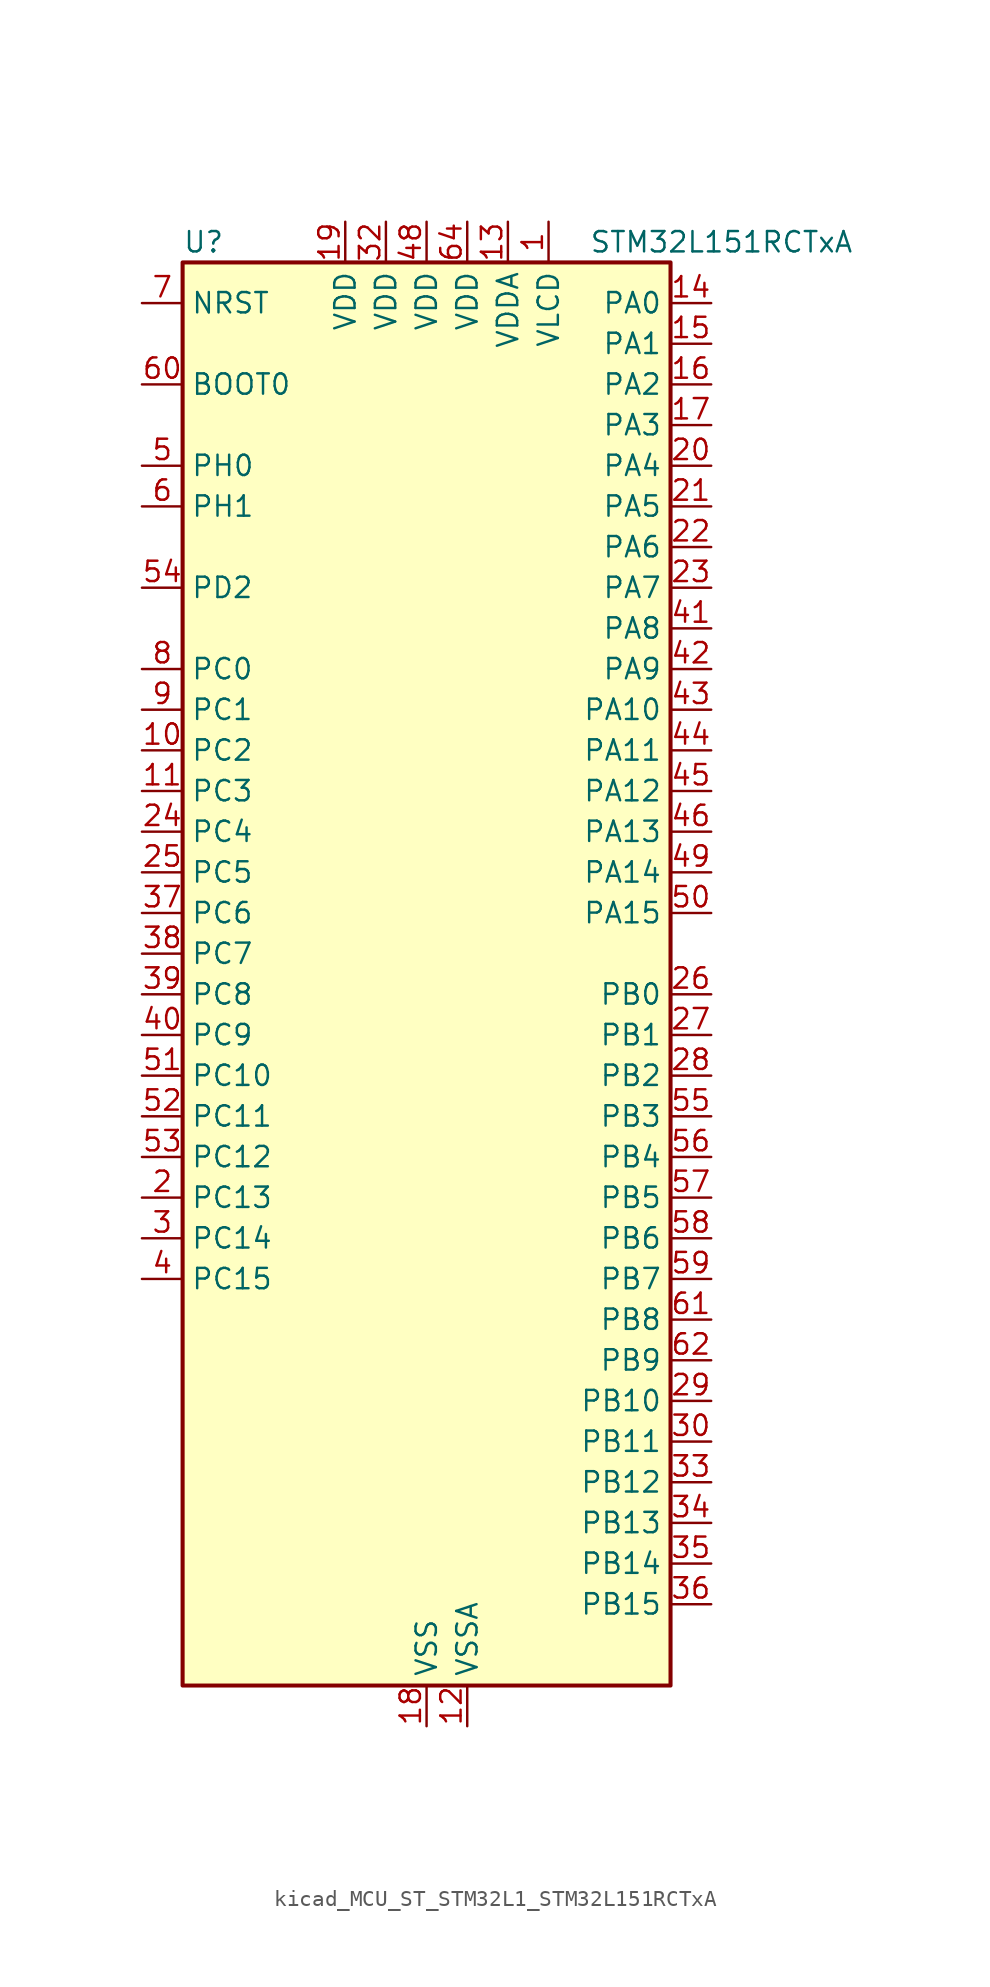
<source format=kicad_sym>
(kicad_symbol_lib
  (version 20220914)
  (generator kicad_symbol_editor)
  (symbol "kicad_MCU_ST_STM32L1_STM32L151RCTxA"
    (property "Reference" "U"
      (at -15.24 46.99 0)
      (effects (font (size 1.27 1.27)) (justify left)))
    (property "Value" "STM32L151RCTxA"
      (at 10.16 46.99 0)
      (effects (font (size 1.27 1.27)) (justify left)))
    (property "ki_locked" ""
      (at 0 0 0)
      (effects (font (size 1.27 1.27))))
    (symbol "kicad_MCU_ST_STM32L1_STM32L151RCTxA_0_1"
      (rectangle (start -15.24 -43.18) (end 15.24 45.72) (stroke (width 0.254) (type default)) (fill (type background))))
    (symbol "kicad_MCU_ST_STM32L1_STM32L151RCTxA_1_1"
      (pin power_in line (at 7.62 48.26 270) (length 2.54) (name "VLCD" (effects (font (size 1.27 1.27)))) (number "1" (effects (font (size 1.27 1.27)))))
      (pin bidirectional line (at -17.78 15.24 0) (length 2.54) (name "PC2" (effects (font (size 1.27 1.27)))) (number "10" (effects (font (size 1.27 1.27)))) (alternate "ADC_IN12" bidirectional line) (alternate "COMP1_INP" bidirectional line) (alternate "TIMX_IC3" bidirectional line) (alternate "TS_G8_IO3" bidirectional line))
      (pin bidirectional line (at -17.78 12.7 0) (length 2.54) (name "PC3" (effects (font (size 1.27 1.27)))) (number "11" (effects (font (size 1.27 1.27)))) (alternate "ADC_IN13" bidirectional line) (alternate "COMP1_INP" bidirectional line) (alternate "TIMX_IC4" bidirectional line) (alternate "TS_G8_IO4" bidirectional line))
      (pin power_in line (at 2.54 -45.72 90) (length 2.54) (name "VSSA" (effects (font (size 1.27 1.27)))) (number "12" (effects (font (size 1.27 1.27)))))
      (pin power_in line (at 5.08 48.26 270) (length 2.54) (name "VDDA" (effects (font (size 1.27 1.27)))) (number "13" (effects (font (size 1.27 1.27)))))
      (pin bidirectional line (at 17.78 43.18 180) (length 2.54) (name "PA0" (effects (font (size 1.27 1.27)))) (number "14" (effects (font (size 1.27 1.27)))) (alternate "ADC_IN0" bidirectional line) (alternate "COMP1_INP" bidirectional line) (alternate "RTC_TAMP2" bidirectional line) (alternate "SYS_WKUP1" bidirectional line) (alternate "TIM2_CH1" bidirectional line) (alternate "TIM2_ETR" bidirectional line) (alternate "TIM5_CH1" bidirectional line) (alternate "TIMX_IC1" bidirectional line) (alternate "TS_G1_IO1" bidirectional line) (alternate "USART2_CTS" bidirectional line))
      (pin bidirectional line (at 17.78 40.64 180) (length 2.54) (name "PA1" (effects (font (size 1.27 1.27)))) (number "15" (effects (font (size 1.27 1.27)))) (alternate "ADC_IN1" bidirectional line) (alternate "COMP1_INP" bidirectional line) (alternate "OPAMP1_VINP" bidirectional line) (alternate "TIM2_CH2" bidirectional line) (alternate "TIM5_CH2" bidirectional line) (alternate "TIMX_IC2" bidirectional line) (alternate "TS_G1_IO2" bidirectional line) (alternate "USART2_RTS" bidirectional line))
      (pin bidirectional line (at 17.78 38.1 180) (length 2.54) (name "PA2" (effects (font (size 1.27 1.27)))) (number "16" (effects (font (size 1.27 1.27)))) (alternate "ADC_IN2" bidirectional line) (alternate "COMP1_INP" bidirectional line) (alternate "OPAMP1_VINM" bidirectional line) (alternate "TIM2_CH3" bidirectional line) (alternate "TIM5_CH3" bidirectional line) (alternate "TIM9_CH1" bidirectional line) (alternate "TIMX_IC3" bidirectional line) (alternate "TS_G1_IO3" bidirectional line) (alternate "USART2_TX" bidirectional line))
      (pin bidirectional line (at 17.78 35.56 180) (length 2.54) (name "PA3" (effects (font (size 1.27 1.27)))) (number "17" (effects (font (size 1.27 1.27)))) (alternate "ADC_IN3" bidirectional line) (alternate "COMP1_INP" bidirectional line) (alternate "OPAMP1_VOUT" bidirectional line) (alternate "TIM2_CH4" bidirectional line) (alternate "TIM5_CH4" bidirectional line) (alternate "TIM9_CH2" bidirectional line) (alternate "TIMX_IC4" bidirectional line) (alternate "TS_G1_IO4" bidirectional line) (alternate "USART2_RX" bidirectional line))
      (pin power_in line (at 0 -45.72 90) (length 2.54) (name "VSS" (effects (font (size 1.27 1.27)))) (number "18" (effects (font (size 1.27 1.27)))))
      (pin power_in line (at -5.08 48.26 270) (length 2.54) (name "VDD" (effects (font (size 1.27 1.27)))) (number "19" (effects (font (size 1.27 1.27)))))
      (pin bidirectional line (at -17.78 -12.7 0) (length 2.54) (name "PC13" (effects (font (size 1.27 1.27)))) (number "2" (effects (font (size 1.27 1.27)))) (alternate "RTC_OUT_ALARM" bidirectional line) (alternate "RTC_OUT_CALIB" bidirectional line) (alternate "RTC_TAMP1" bidirectional line) (alternate "RTC_TS" bidirectional line) (alternate "SYS_WKUP2" bidirectional line) (alternate "TIMX_IC2" bidirectional line))
      (pin bidirectional line (at 17.78 33.02 180) (length 2.54) (name "PA4" (effects (font (size 1.27 1.27)))) (number "20" (effects (font (size 1.27 1.27)))) (alternate "ADC_IN4" bidirectional line) (alternate "COMP1_INP" bidirectional line) (alternate "DAC_OUT1" bidirectional line) (alternate "I2S3_WS" bidirectional line) (alternate "SPI1_NSS" bidirectional line) (alternate "SPI3_NSS" bidirectional line) (alternate "TIMX_IC1" bidirectional line) (alternate "USART2_CK" bidirectional line))
      (pin bidirectional line (at 17.78 30.48 180) (length 2.54) (name "PA5" (effects (font (size 1.27 1.27)))) (number "21" (effects (font (size 1.27 1.27)))) (alternate "ADC_IN5" bidirectional line) (alternate "COMP1_INP" bidirectional line) (alternate "DAC_OUT2" bidirectional line) (alternate "SPI1_SCK" bidirectional line) (alternate "TIM2_CH1" bidirectional line) (alternate "TIM2_ETR" bidirectional line) (alternate "TIMX_IC2" bidirectional line))
      (pin bidirectional line (at 17.78 27.94 180) (length 2.54) (name "PA6" (effects (font (size 1.27 1.27)))) (number "22" (effects (font (size 1.27 1.27)))) (alternate "ADC_IN6" bidirectional line) (alternate "COMP1_INP" bidirectional line) (alternate "OPAMP2_VINP" bidirectional line) (alternate "SPI1_MISO" bidirectional line) (alternate "TIM10_CH1" bidirectional line) (alternate "TIM3_CH1" bidirectional line) (alternate "TIMX_IC3" bidirectional line) (alternate "TS_G2_IO1" bidirectional line))
      (pin bidirectional line (at 17.78 25.4 180) (length 2.54) (name "PA7" (effects (font (size 1.27 1.27)))) (number "23" (effects (font (size 1.27 1.27)))) (alternate "ADC_IN7" bidirectional line) (alternate "COMP1_INP" bidirectional line) (alternate "OPAMP2_VINM" bidirectional line) (alternate "SPI1_MOSI" bidirectional line) (alternate "TIM11_CH1" bidirectional line) (alternate "TIM3_CH2" bidirectional line) (alternate "TIMX_IC4" bidirectional line) (alternate "TS_G2_IO2" bidirectional line))
      (pin bidirectional line (at -17.78 10.16 0) (length 2.54) (name "PC4" (effects (font (size 1.27 1.27)))) (number "24" (effects (font (size 1.27 1.27)))) (alternate "ADC_IN14" bidirectional line) (alternate "COMP1_INP" bidirectional line) (alternate "TIMX_IC1" bidirectional line) (alternate "TS_G9_IO1" bidirectional line))
      (pin bidirectional line (at -17.78 7.62 0) (length 2.54) (name "PC5" (effects (font (size 1.27 1.27)))) (number "25" (effects (font (size 1.27 1.27)))) (alternate "ADC_IN15" bidirectional line) (alternate "COMP1_INP" bidirectional line) (alternate "TIMX_IC2" bidirectional line) (alternate "TS_G9_IO2" bidirectional line))
      (pin bidirectional line (at 17.78 0 180) (length 2.54) (name "PB0" (effects (font (size 1.27 1.27)))) (number "26" (effects (font (size 1.27 1.27)))) (alternate "ADC_IN8" bidirectional line) (alternate "COMP1_INP" bidirectional line) (alternate "OPAMP2_VOUT" bidirectional line) (alternate "SYS_V_REF_OUT" bidirectional line) (alternate "TIM3_CH3" bidirectional line) (alternate "TS_G3_IO1" bidirectional line))
      (pin bidirectional line (at 17.78 -2.54 180) (length 2.54) (name "PB1" (effects (font (size 1.27 1.27)))) (number "27" (effects (font (size 1.27 1.27)))) (alternate "ADC_IN9" bidirectional line) (alternate "COMP1_INP" bidirectional line) (alternate "SYS_V_REF_OUT" bidirectional line) (alternate "TIM3_CH4" bidirectional line) (alternate "TS_G3_IO2" bidirectional line))
      (pin bidirectional line (at 17.78 -5.08 180) (length 2.54) (name "PB2" (effects (font (size 1.27 1.27)))) (number "28" (effects (font (size 1.27 1.27)))) (alternate "TS_G3_IO3" bidirectional line))
      (pin bidirectional line (at 17.78 -25.4 180) (length 2.54) (name "PB10" (effects (font (size 1.27 1.27)))) (number "29" (effects (font (size 1.27 1.27)))) (alternate "I2C2_SCL" bidirectional line) (alternate "TIM2_CH3" bidirectional line) (alternate "USART3_TX" bidirectional line))
      (pin bidirectional line (at -17.78 -15.24 0) (length 2.54) (name "PC14" (effects (font (size 1.27 1.27)))) (number "3" (effects (font (size 1.27 1.27)))) (alternate "RCC_OSC32_IN" bidirectional line) (alternate "TIMX_IC3" bidirectional line))
      (pin bidirectional line (at 17.78 -27.94 180) (length 2.54) (name "PB11" (effects (font (size 1.27 1.27)))) (number "30" (effects (font (size 1.27 1.27)))) (alternate "ADC_EXTI11" bidirectional line) (alternate "I2C2_SDA" bidirectional line) (alternate "TIM2_CH4" bidirectional line) (alternate "USART3_RX" bidirectional line))
      (pin passive line (at 0 -45.72 90) (length 2.54) hide (name "VSS" (effects (font (size 1.27 1.27)))) (number "31" (effects (font (size 1.27 1.27)))))
      (pin power_in line (at -2.54 48.26 270) (length 2.54) (name "VDD" (effects (font (size 1.27 1.27)))) (number "32" (effects (font (size 1.27 1.27)))))
      (pin bidirectional line (at 17.78 -30.48 180) (length 2.54) (name "PB12" (effects (font (size 1.27 1.27)))) (number "33" (effects (font (size 1.27 1.27)))) (alternate "ADC_IN18" bidirectional line) (alternate "COMP1_INP" bidirectional line) (alternate "I2C2_SMBA" bidirectional line) (alternate "I2S2_WS" bidirectional line) (alternate "SPI2_NSS" bidirectional line) (alternate "TIM10_CH1" bidirectional line) (alternate "TS_G7_IO1" bidirectional line) (alternate "USART3_CK" bidirectional line))
      (pin bidirectional line (at 17.78 -33.02 180) (length 2.54) (name "PB13" (effects (font (size 1.27 1.27)))) (number "34" (effects (font (size 1.27 1.27)))) (alternate "ADC_IN19" bidirectional line) (alternate "COMP1_INP" bidirectional line) (alternate "I2S2_CK" bidirectional line) (alternate "SPI2_SCK" bidirectional line) (alternate "TIM9_CH1" bidirectional line) (alternate "TS_G7_IO2" bidirectional line) (alternate "USART3_CTS" bidirectional line))
      (pin bidirectional line (at 17.78 -35.56 180) (length 2.54) (name "PB14" (effects (font (size 1.27 1.27)))) (number "35" (effects (font (size 1.27 1.27)))) (alternate "ADC_IN20" bidirectional line) (alternate "COMP1_INP" bidirectional line) (alternate "SPI2_MISO" bidirectional line) (alternate "TIM9_CH2" bidirectional line) (alternate "TS_G7_IO3" bidirectional line) (alternate "USART3_RTS" bidirectional line))
      (pin bidirectional line (at 17.78 -38.1 180) (length 2.54) (name "PB15" (effects (font (size 1.27 1.27)))) (number "36" (effects (font (size 1.27 1.27)))) (alternate "ADC_EXTI15" bidirectional line) (alternate "ADC_IN21" bidirectional line) (alternate "COMP1_INP" bidirectional line) (alternate "I2S2_SD" bidirectional line) (alternate "RTC_REFIN" bidirectional line) (alternate "SPI2_MOSI" bidirectional line) (alternate "TIM11_CH1" bidirectional line) (alternate "TS_G7_IO4" bidirectional line))
      (pin bidirectional line (at -17.78 5.08 0) (length 2.54) (name "PC6" (effects (font (size 1.27 1.27)))) (number "37" (effects (font (size 1.27 1.27)))) (alternate "I2S2_MCK" bidirectional line) (alternate "TIM3_CH1" bidirectional line) (alternate "TIMX_IC3" bidirectional line) (alternate "TS_G10_IO1" bidirectional line))
      (pin bidirectional line (at -17.78 2.54 0) (length 2.54) (name "PC7" (effects (font (size 1.27 1.27)))) (number "38" (effects (font (size 1.27 1.27)))) (alternate "I2S3_MCK" bidirectional line) (alternate "TIM3_CH2" bidirectional line) (alternate "TIMX_IC4" bidirectional line) (alternate "TS_G10_IO2" bidirectional line))
      (pin bidirectional line (at -17.78 0 0) (length 2.54) (name "PC8" (effects (font (size 1.27 1.27)))) (number "39" (effects (font (size 1.27 1.27)))) (alternate "TIM3_CH3" bidirectional line) (alternate "TIMX_IC1" bidirectional line) (alternate "TS_G10_IO3" bidirectional line))
      (pin bidirectional line (at -17.78 -17.78 0) (length 2.54) (name "PC15" (effects (font (size 1.27 1.27)))) (number "4" (effects (font (size 1.27 1.27)))) (alternate "ADC_EXTI15" bidirectional line) (alternate "RCC_OSC32_OUT" bidirectional line) (alternate "TIMX_IC4" bidirectional line))
      (pin bidirectional line (at -17.78 -2.54 0) (length 2.54) (name "PC9" (effects (font (size 1.27 1.27)))) (number "40" (effects (font (size 1.27 1.27)))) (alternate "DAC_EXTI9" bidirectional line) (alternate "TIM3_CH4" bidirectional line) (alternate "TIMX_IC2" bidirectional line) (alternate "TS_G10_IO4" bidirectional line))
      (pin bidirectional line (at 17.78 22.86 180) (length 2.54) (name "PA8" (effects (font (size 1.27 1.27)))) (number "41" (effects (font (size 1.27 1.27)))) (alternate "RCC_MCO" bidirectional line) (alternate "TIMX_IC1" bidirectional line) (alternate "TS_G4_IO1" bidirectional line) (alternate "USART1_CK" bidirectional line))
      (pin bidirectional line (at 17.78 20.32 180) (length 2.54) (name "PA9" (effects (font (size 1.27 1.27)))) (number "42" (effects (font (size 1.27 1.27)))) (alternate "DAC_EXTI9" bidirectional line) (alternate "TIMX_IC2" bidirectional line) (alternate "TS_G4_IO2" bidirectional line) (alternate "USART1_TX" bidirectional line))
      (pin bidirectional line (at 17.78 17.78 180) (length 2.54) (name "PA10" (effects (font (size 1.27 1.27)))) (number "43" (effects (font (size 1.27 1.27)))) (alternate "TIMX_IC3" bidirectional line) (alternate "TS_G4_IO3" bidirectional line) (alternate "USART1_RX" bidirectional line))
      (pin bidirectional line (at 17.78 15.24 180) (length 2.54) (name "PA11" (effects (font (size 1.27 1.27)))) (number "44" (effects (font (size 1.27 1.27)))) (alternate "ADC_EXTI11" bidirectional line) (alternate "SPI1_MISO" bidirectional line) (alternate "TIMX_IC4" bidirectional line) (alternate "USART1_CTS" bidirectional line) (alternate "USB_DM" bidirectional line))
      (pin bidirectional line (at 17.78 12.7 180) (length 2.54) (name "PA12" (effects (font (size 1.27 1.27)))) (number "45" (effects (font (size 1.27 1.27)))) (alternate "SPI1_MOSI" bidirectional line) (alternate "TIMX_IC1" bidirectional line) (alternate "USART1_RTS" bidirectional line) (alternate "USB_DP" bidirectional line))
      (pin bidirectional line (at 17.78 10.16 180) (length 2.54) (name "PA13" (effects (font (size 1.27 1.27)))) (number "46" (effects (font (size 1.27 1.27)))) (alternate "SYS_JTMS-SWDIO" bidirectional line) (alternate "TIMX_IC2" bidirectional line) (alternate "TS_G5_IO1" bidirectional line))
      (pin passive line (at 0 -45.72 90) (length 2.54) hide (name "VSS" (effects (font (size 1.27 1.27)))) (number "47" (effects (font (size 1.27 1.27)))))
      (pin power_in line (at 0 48.26 270) (length 2.54) (name "VDD" (effects (font (size 1.27 1.27)))) (number "48" (effects (font (size 1.27 1.27)))))
      (pin bidirectional line (at 17.78 7.62 180) (length 2.54) (name "PA14" (effects (font (size 1.27 1.27)))) (number "49" (effects (font (size 1.27 1.27)))) (alternate "SYS_JTCK-SWCLK" bidirectional line) (alternate "TIMX_IC3" bidirectional line) (alternate "TS_G5_IO2" bidirectional line))
      (pin bidirectional line (at -17.78 33.02 0) (length 2.54) (name "PH0" (effects (font (size 1.27 1.27)))) (number "5" (effects (font (size 1.27 1.27)))) (alternate "RCC_OSC_IN" bidirectional line))
      (pin bidirectional line (at 17.78 5.08 180) (length 2.54) (name "PA15" (effects (font (size 1.27 1.27)))) (number "50" (effects (font (size 1.27 1.27)))) (alternate "ADC_EXTI15" bidirectional line) (alternate "I2S3_WS" bidirectional line) (alternate "SPI1_NSS" bidirectional line) (alternate "SPI3_NSS" bidirectional line) (alternate "SYS_JTDI" bidirectional line) (alternate "TIM2_CH1" bidirectional line) (alternate "TIM2_ETR" bidirectional line) (alternate "TIMX_IC4" bidirectional line) (alternate "TS_G5_IO3" bidirectional line))
      (pin bidirectional line (at -17.78 -5.08 0) (length 2.54) (name "PC10" (effects (font (size 1.27 1.27)))) (number "51" (effects (font (size 1.27 1.27)))) (alternate "I2S3_CK" bidirectional line) (alternate "SPI3_SCK" bidirectional line) (alternate "TIMX_IC3" bidirectional line) (alternate "USART3_TX" bidirectional line))
      (pin bidirectional line (at -17.78 -7.62 0) (length 2.54) (name "PC11" (effects (font (size 1.27 1.27)))) (number "52" (effects (font (size 1.27 1.27)))) (alternate "ADC_EXTI11" bidirectional line) (alternate "SPI3_MISO" bidirectional line) (alternate "TIMX_IC4" bidirectional line) (alternate "USART3_RX" bidirectional line))
      (pin bidirectional line (at -17.78 -10.16 0) (length 2.54) (name "PC12" (effects (font (size 1.27 1.27)))) (number "53" (effects (font (size 1.27 1.27)))) (alternate "I2S3_SD" bidirectional line) (alternate "SPI3_MOSI" bidirectional line) (alternate "TIMX_IC1" bidirectional line) (alternate "USART3_CK" bidirectional line))
      (pin bidirectional line (at -17.78 25.4 0) (length 2.54) (name "PD2" (effects (font (size 1.27 1.27)))) (number "54" (effects (font (size 1.27 1.27)))) (alternate "TIM3_ETR" bidirectional line) (alternate "TIMX_IC3" bidirectional line))
      (pin bidirectional line (at 17.78 -7.62 180) (length 2.54) (name "PB3" (effects (font (size 1.27 1.27)))) (number "55" (effects (font (size 1.27 1.27)))) (alternate "COMP2_INM" bidirectional line) (alternate "I2S3_CK" bidirectional line) (alternate "SPI1_SCK" bidirectional line) (alternate "SPI3_SCK" bidirectional line) (alternate "SYS_JTDO-TRACESWO" bidirectional line) (alternate "TIM2_CH2" bidirectional line))
      (pin bidirectional line (at 17.78 -10.16 180) (length 2.54) (name "PB4" (effects (font (size 1.27 1.27)))) (number "56" (effects (font (size 1.27 1.27)))) (alternate "COMP2_INP" bidirectional line) (alternate "SPI1_MISO" bidirectional line) (alternate "SPI3_MISO" bidirectional line) (alternate "SYS_JTRST" bidirectional line) (alternate "TIM3_CH1" bidirectional line) (alternate "TS_G6_IO1" bidirectional line))
      (pin bidirectional line (at 17.78 -12.7 180) (length 2.54) (name "PB5" (effects (font (size 1.27 1.27)))) (number "57" (effects (font (size 1.27 1.27)))) (alternate "COMP2_INP" bidirectional line) (alternate "I2C1_SMBA" bidirectional line) (alternate "I2S3_SD" bidirectional line) (alternate "SPI1_MOSI" bidirectional line) (alternate "SPI3_MOSI" bidirectional line) (alternate "TIM3_CH2" bidirectional line) (alternate "TS_G6_IO2" bidirectional line))
      (pin bidirectional line (at 17.78 -15.24 180) (length 2.54) (name "PB6" (effects (font (size 1.27 1.27)))) (number "58" (effects (font (size 1.27 1.27)))) (alternate "COMP2_INP" bidirectional line) (alternate "I2C1_SCL" bidirectional line) (alternate "TIM4_CH1" bidirectional line) (alternate "TS_G6_IO3" bidirectional line) (alternate "USART1_TX" bidirectional line))
      (pin bidirectional line (at 17.78 -17.78 180) (length 2.54) (name "PB7" (effects (font (size 1.27 1.27)))) (number "59" (effects (font (size 1.27 1.27)))) (alternate "COMP2_INP" bidirectional line) (alternate "I2C1_SDA" bidirectional line) (alternate "SYS_PVD_IN" bidirectional line) (alternate "TIM4_CH2" bidirectional line) (alternate "TS_G6_IO4" bidirectional line) (alternate "USART1_RX" bidirectional line))
      (pin bidirectional line (at -17.78 30.48 0) (length 2.54) (name "PH1" (effects (font (size 1.27 1.27)))) (number "6" (effects (font (size 1.27 1.27)))) (alternate "RCC_OSC_OUT" bidirectional line))
      (pin input line (at -17.78 38.1 0) (length 2.54) (name "BOOT0" (effects (font (size 1.27 1.27)))) (number "60" (effects (font (size 1.27 1.27)))))
      (pin bidirectional line (at 17.78 -20.32 180) (length 2.54) (name "PB8" (effects (font (size 1.27 1.27)))) (number "61" (effects (font (size 1.27 1.27)))) (alternate "I2C1_SCL" bidirectional line) (alternate "TIM10_CH1" bidirectional line) (alternate "TIM4_CH3" bidirectional line))
      (pin bidirectional line (at 17.78 -22.86 180) (length 2.54) (name "PB9" (effects (font (size 1.27 1.27)))) (number "62" (effects (font (size 1.27 1.27)))) (alternate "DAC_EXTI9" bidirectional line) (alternate "I2C1_SDA" bidirectional line) (alternate "TIM11_CH1" bidirectional line) (alternate "TIM4_CH4" bidirectional line))
      (pin passive line (at 0 -45.72 90) (length 2.54) hide (name "VSS" (effects (font (size 1.27 1.27)))) (number "63" (effects (font (size 1.27 1.27)))))
      (pin power_in line (at 2.54 48.26 270) (length 2.54) (name "VDD" (effects (font (size 1.27 1.27)))) (number "64" (effects (font (size 1.27 1.27)))))
      (pin input line (at -17.78 43.18 0) (length 2.54) (name "NRST" (effects (font (size 1.27 1.27)))) (number "7" (effects (font (size 1.27 1.27)))))
      (pin bidirectional line (at -17.78 20.32 0) (length 2.54) (name "PC0" (effects (font (size 1.27 1.27)))) (number "8" (effects (font (size 1.27 1.27)))) (alternate "ADC_IN10" bidirectional line) (alternate "COMP1_INP" bidirectional line) (alternate "TIMX_IC1" bidirectional line) (alternate "TS_G8_IO1" bidirectional line))
      (pin bidirectional line (at -17.78 17.78 0) (length 2.54) (name "PC1" (effects (font (size 1.27 1.27)))) (number "9" (effects (font (size 1.27 1.27)))) (alternate "ADC_IN11" bidirectional line) (alternate "COMP1_INP" bidirectional line) (alternate "TIMX_IC2" bidirectional line) (alternate "TS_G8_IO2" bidirectional line)))))
</source>
